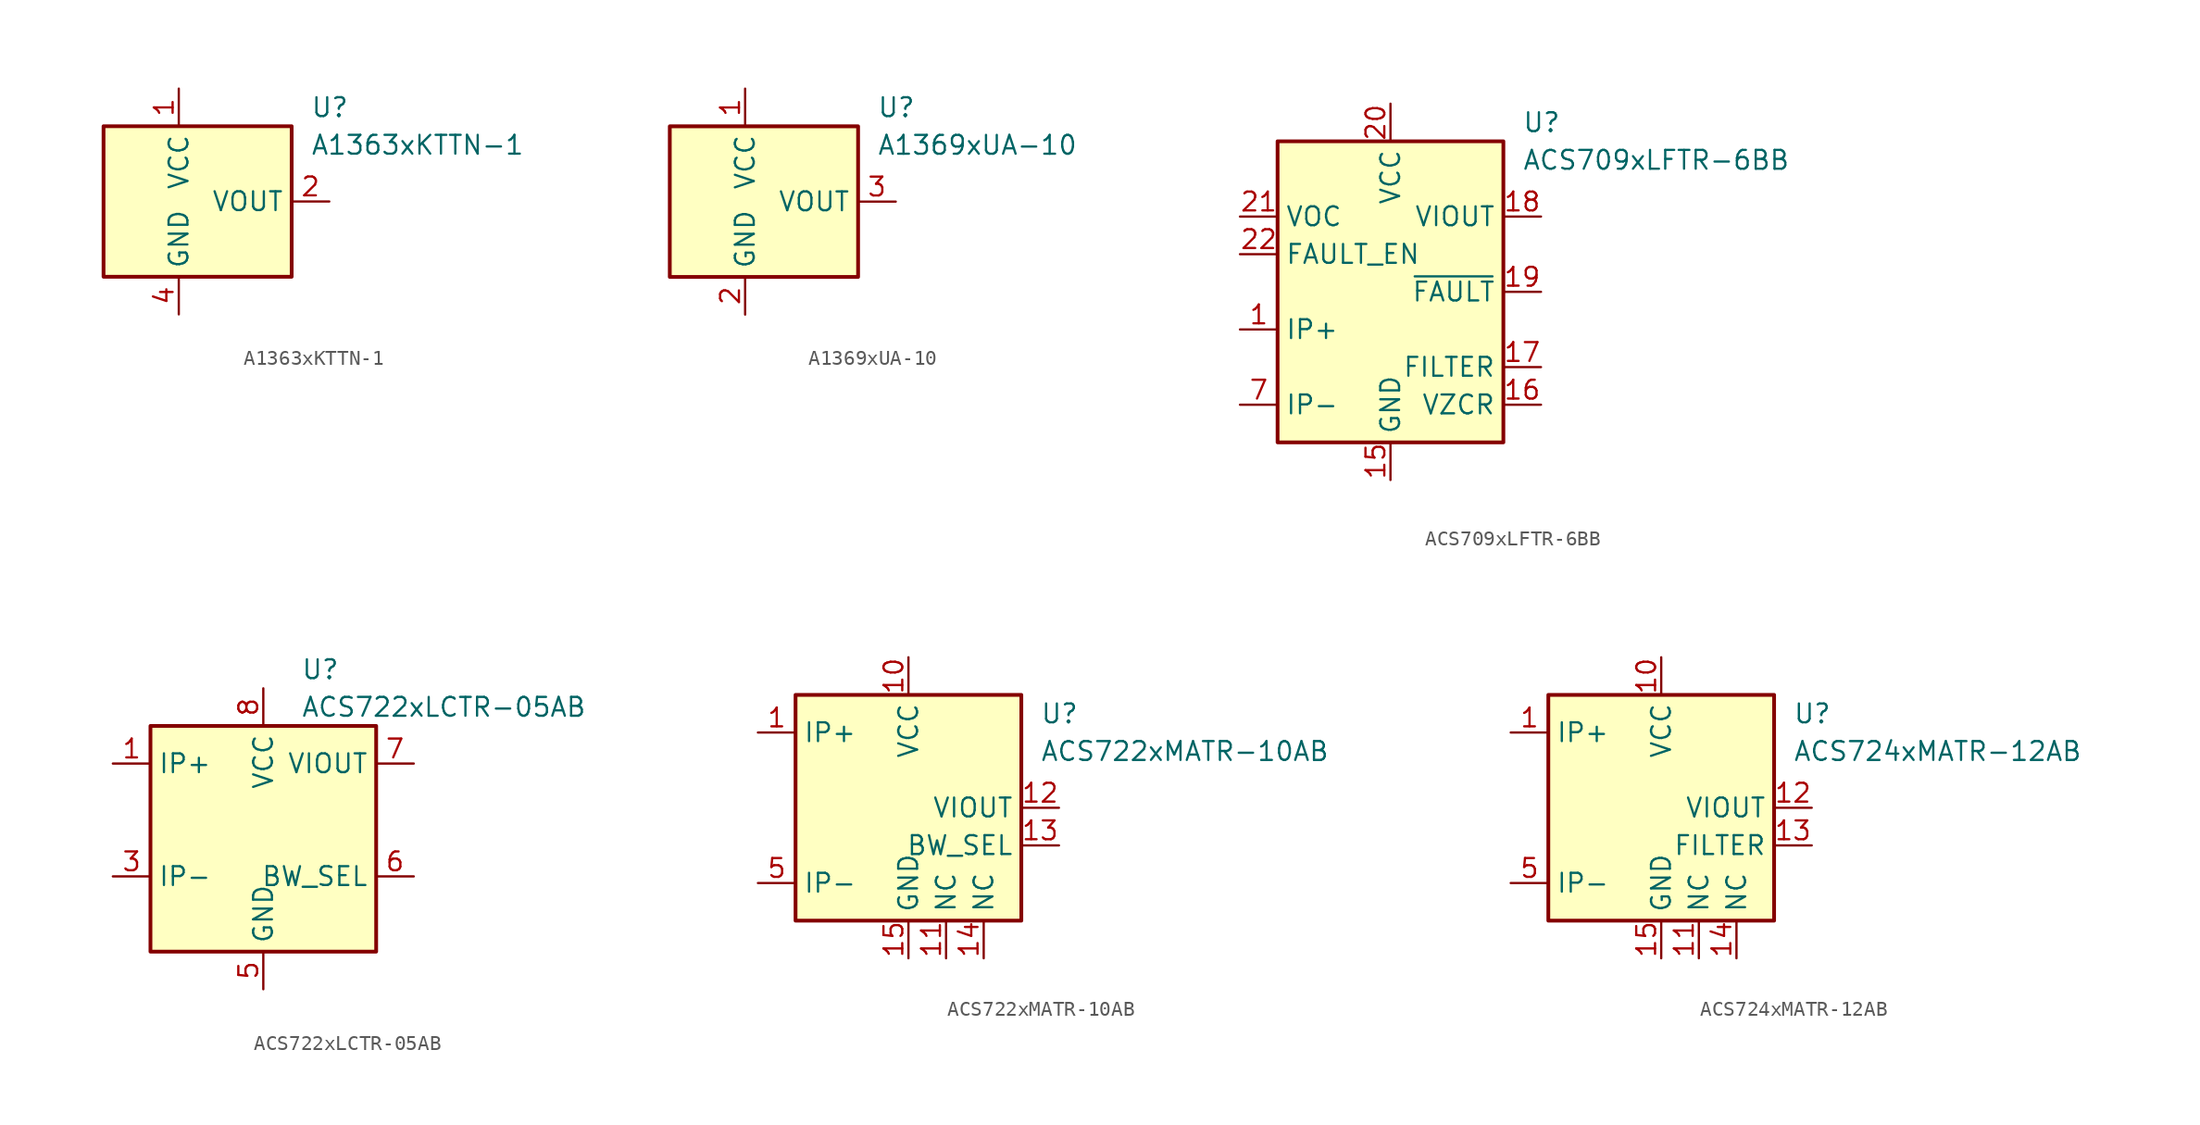
<source format=kicad_sym>
(kicad_symbol_lib
  (version 20211014)
  (generator kicad_symbol_editor)
  (symbol "A1363xKTTN-1"
    (property "Reference" "U"
      (at 8.89 6.35 0)
      (effects (font (size 1.27 1.27)) (justify left)))
    (property "Value" "A1363xKTTN-1"
      (at 8.89 3.81 0)
      (effects (font (size 1.27 1.27)) (justify left)))
    (symbol "A1363xKTTN-1_0_1"
      (rectangle (start -5.08 5.08) (end 7.62 -5.08) (stroke (width 0.254) (type default) (color 0 0 0 0)) (fill (type background))))
    (symbol "A1363xKTTN-1_1_1"
      (pin power_in line (at 0 7.62 270) (length 2.54) (name "VCC" (effects (font (size 1.27 1.27)))) (number "1" (effects (font (size 1.27 1.27)))))
      (pin output line (at 10.16 0 180) (length 2.54) (name "VOUT" (effects (font (size 1.27 1.27)))) (number "2" (effects (font (size 1.27 1.27)))))
      (pin no_connect line (at 7.62 -2.54 180) (length 2.54) hide (name "NC" (effects (font (size 1.27 1.27)))) (number "3" (effects (font (size 1.27 1.27)))))
      (pin power_in line (at 0 -7.62 90) (length 2.54) (name "GND" (effects (font (size 1.27 1.27)))) (number "4" (effects (font (size 1.27 1.27)))))))
  (symbol "A1369xUA-10"
    (property "Reference" "U"
      (at 8.89 6.35 0)
      (effects (font (size 1.27 1.27)) (justify left)))
    (property "Value" "A1369xUA-10"
      (at 8.89 3.81 0)
      (effects (font (size 1.27 1.27)) (justify left)))
    (symbol "A1369xUA-10_0_1"
      (rectangle (start -5.08 5.08) (end 7.62 -5.08) (stroke (width 0.254) (type default) (color 0 0 0 0)) (fill (type background))))
    (symbol "A1369xUA-10_1_1"
      (pin power_in line (at 0 7.62 270) (length 2.54) (name "VCC" (effects (font (size 1.27 1.27)))) (number "1" (effects (font (size 1.27 1.27)))))
      (pin power_in line (at 0 -7.62 90) (length 2.54) (name "GND" (effects (font (size 1.27 1.27)))) (number "2" (effects (font (size 1.27 1.27)))))
      (pin output line (at 10.16 0 180) (length 2.54) (name "VOUT" (effects (font (size 1.27 1.27)))) (number "3" (effects (font (size 1.27 1.27)))))))
  (symbol "ACS709xLFTR-6BB"
    (property "Reference" "U"
      (at 8.89 11.43 0)
      (effects (font (size 1.27 1.27)) (justify left)))
    (property "Value" "ACS709xLFTR-6BB"
      (at 8.89 8.89 0)
      (effects (font (size 1.27 1.27)) (justify left)))
    (symbol "ACS709xLFTR-6BB_0_1"
      (rectangle (start -7.62 10.16) (end 7.62 -10.16) (stroke (width 0.254) (type default) (color 0 0 0 0)) (fill (type background))))
    (symbol "ACS709xLFTR-6BB_1_1"
      (pin passive line (at -10.16 -2.54 0) (length 2.54) (name "IP+" (effects (font (size 1.27 1.27)))) (number "1" (effects (font (size 1.27 1.27)))))
      (pin passive line (at -10.16 -7.62 0) (length 2.54) hide (name "IP-" (effects (font (size 1.27 1.27)))) (number "10" (effects (font (size 1.27 1.27)))))
      (pin passive line (at -10.16 -7.62 0) (length 2.54) hide (name "IP-" (effects (font (size 1.27 1.27)))) (number "11" (effects (font (size 1.27 1.27)))))
      (pin passive line (at -10.16 -7.62 0) (length 2.54) hide (name "IP-" (effects (font (size 1.27 1.27)))) (number "12" (effects (font (size 1.27 1.27)))))
      (pin no_connect line (at -7.62 10.16 0) (length 2.54) hide (name "NC" (effects (font (size 1.27 1.27)))) (number "13" (effects (font (size 1.27 1.27)))))
      (pin no_connect line (at -7.62 7.62 0) (length 2.54) hide (name "NC" (effects (font (size 1.27 1.27)))) (number "14" (effects (font (size 1.27 1.27)))))
      (pin power_in line (at 0 -12.7 90) (length 2.54) (name "GND" (effects (font (size 1.27 1.27)))) (number "15" (effects (font (size 1.27 1.27)))))
      (pin passive line (at 10.16 -7.62 180) (length 2.54) (name "VZCR" (effects (font (size 1.27 1.27)))) (number "16" (effects (font (size 1.27 1.27)))))
      (pin passive line (at 10.16 -5.08 180) (length 2.54) (name "FILTER" (effects (font (size 1.27 1.27)))) (number "17" (effects (font (size 1.27 1.27)))))
      (pin output line (at 10.16 5.08 180) (length 2.54) (name "VIOUT" (effects (font (size 1.27 1.27)))) (number "18" (effects (font (size 1.27 1.27)))))
      (pin output line (at 10.16 0 180) (length 2.54) (name "~{FAULT}" (effects (font (size 1.27 1.27)))) (number "19" (effects (font (size 1.27 1.27)))))
      (pin passive line (at -10.16 -2.54 0) (length 2.54) hide (name "IP+" (effects (font (size 1.27 1.27)))) (number "2" (effects (font (size 1.27 1.27)))))
      (pin power_in line (at 0 12.7 270) (length 2.54) (name "VCC" (effects (font (size 1.27 1.27)))) (number "20" (effects (font (size 1.27 1.27)))))
      (pin input line (at -10.16 5.08 0) (length 2.54) (name "VOC" (effects (font (size 1.27 1.27)))) (number "21" (effects (font (size 1.27 1.27)))))
      (pin input line (at -10.16 2.54 0) (length 2.54) (name "FAULT_EN" (effects (font (size 1.27 1.27)))) (number "22" (effects (font (size 1.27 1.27)))))
      (pin no_connect line (at -7.62 0 0) (length 2.54) hide (name "NC" (effects (font (size 1.27 1.27)))) (number "23" (effects (font (size 1.27 1.27)))))
      (pin no_connect line (at -7.62 -5.08 0) (length 2.54) hide (name "NC" (effects (font (size 1.27 1.27)))) (number "24" (effects (font (size 1.27 1.27)))))
      (pin passive line (at -10.16 -2.54 0) (length 2.54) hide (name "IP+" (effects (font (size 1.27 1.27)))) (number "3" (effects (font (size 1.27 1.27)))))
      (pin passive line (at -10.16 -2.54 0) (length 2.54) hide (name "IP+" (effects (font (size 1.27 1.27)))) (number "4" (effects (font (size 1.27 1.27)))))
      (pin passive line (at -10.16 -2.54 0) (length 2.54) hide (name "IP+" (effects (font (size 1.27 1.27)))) (number "5" (effects (font (size 1.27 1.27)))))
      (pin passive line (at -10.16 -2.54 0) (length 2.54) hide (name "IP+" (effects (font (size 1.27 1.27)))) (number "6" (effects (font (size 1.27 1.27)))))
      (pin passive line (at -10.16 -7.62 0) (length 2.54) (name "IP-" (effects (font (size 1.27 1.27)))) (number "7" (effects (font (size 1.27 1.27)))))
      (pin passive line (at -10.16 -7.62 0) (length 2.54) hide (name "IP-" (effects (font (size 1.27 1.27)))) (number "8" (effects (font (size 1.27 1.27)))))
      (pin passive line (at -10.16 -7.62 0) (length 2.54) hide (name "IP-" (effects (font (size 1.27 1.27)))) (number "9" (effects (font (size 1.27 1.27)))))))
  (symbol "ACS722xLCTR-05AB"
    (property "Reference" "U"
      (at 2.54 11.43 0)
      (effects (font (size 1.27 1.27)) (justify left)))
    (property "Value" "ACS722xLCTR-05AB"
      (at 2.54 8.89 0)
      (effects (font (size 1.27 1.27)) (justify left)))
    (symbol "ACS722xLCTR-05AB_0_1"
      (rectangle (start -7.62 7.62) (end 7.62 -7.62) (stroke (width 0.254) (type default) (color 0 0 0 0)) (fill (type background))))
    (symbol "ACS722xLCTR-05AB_1_1"
      (pin passive line (at -10.16 5.08 0) (length 2.54) (name "IP+" (effects (font (size 1.27 1.27)))) (number "1" (effects (font (size 1.27 1.27)))))
      (pin passive line (at -10.16 5.08 0) (length 2.54) hide (name "IP+" (effects (font (size 1.27 1.27)))) (number "2" (effects (font (size 1.27 1.27)))))
      (pin passive line (at -10.16 -2.54 0) (length 2.54) (name "IP-" (effects (font (size 1.27 1.27)))) (number "3" (effects (font (size 1.27 1.27)))))
      (pin passive line (at -10.16 -2.54 0) (length 2.54) hide (name "IP-" (effects (font (size 1.27 1.27)))) (number "4" (effects (font (size 1.27 1.27)))))
      (pin power_in line (at 0 -10.16 90) (length 2.54) (name "GND" (effects (font (size 1.27 1.27)))) (number "5" (effects (font (size 1.27 1.27)))))
      (pin input line (at 10.16 -2.54 180) (length 2.54) (name "BW_SEL" (effects (font (size 1.27 1.27)))) (number "6" (effects (font (size 1.27 1.27)))))
      (pin output line (at 10.16 5.08 180) (length 2.54) (name "VIOUT" (effects (font (size 1.27 1.27)))) (number "7" (effects (font (size 1.27 1.27)))))
      (pin power_in line (at 0 10.16 270) (length 2.54) (name "VCC" (effects (font (size 1.27 1.27)))) (number "8" (effects (font (size 1.27 1.27)))))))
  (symbol "ACS722xMATR-10AB"
    (property "Reference" "U"
      (at 8.89 6.35 0)
      (effects (font (size 1.27 1.27)) (justify left)))
    (property "Value" "ACS722xMATR-10AB"
      (at 8.89 3.81 0)
      (effects (font (size 1.27 1.27)) (justify left)))
    (symbol "ACS722xMATR-10AB_0_1"
      (rectangle (start -7.62 7.62) (end 7.62 -7.62) (stroke (width 0.254) (type default) (color 0 0 0 0)) (fill (type background))))
    (symbol "ACS722xMATR-10AB_1_1"
      (pin passive line (at -10.16 5.08 0) (length 2.54) (name "IP+" (effects (font (size 1.27 1.27)))) (number "1" (effects (font (size 1.27 1.27)))))
      (pin power_in line (at 0 10.16 270) (length 2.54) (name "VCC" (effects (font (size 1.27 1.27)))) (number "10" (effects (font (size 1.27 1.27)))))
      (pin passive line (at 2.54 -10.16 90) (length 2.54) (name "NC" (effects (font (size 1.27 1.27)))) (number "11" (effects (font (size 1.27 1.27)))))
      (pin output line (at 10.16 0 180) (length 2.54) (name "VIOUT" (effects (font (size 1.27 1.27)))) (number "12" (effects (font (size 1.27 1.27)))))
      (pin input line (at 10.16 -2.54 180) (length 2.54) (name "BW_SEL" (effects (font (size 1.27 1.27)))) (number "13" (effects (font (size 1.27 1.27)))))
      (pin passive line (at 5.08 -10.16 90) (length 2.54) (name "NC" (effects (font (size 1.27 1.27)))) (number "14" (effects (font (size 1.27 1.27)))))
      (pin power_in line (at 0 -10.16 90) (length 2.54) (name "GND" (effects (font (size 1.27 1.27)))) (number "15" (effects (font (size 1.27 1.27)))))
      (pin no_connect line (at 7.62 2.54 180) (length 2.54) hide (name "NC" (effects (font (size 1.27 1.27)))) (number "16" (effects (font (size 1.27 1.27)))))
      (pin passive line (at -10.16 5.08 0) (length 2.54) hide (name "IP+" (effects (font (size 1.27 1.27)))) (number "2" (effects (font (size 1.27 1.27)))))
      (pin passive line (at -10.16 5.08 0) (length 2.54) hide (name "IP+" (effects (font (size 1.27 1.27)))) (number "3" (effects (font (size 1.27 1.27)))))
      (pin passive line (at -10.16 5.08 0) (length 2.54) hide (name "IP+" (effects (font (size 1.27 1.27)))) (number "4" (effects (font (size 1.27 1.27)))))
      (pin passive line (at -10.16 -5.08 0) (length 2.54) (name "IP-" (effects (font (size 1.27 1.27)))) (number "5" (effects (font (size 1.27 1.27)))))
      (pin passive line (at -10.16 -5.08 0) (length 2.54) hide (name "IP-" (effects (font (size 1.27 1.27)))) (number "6" (effects (font (size 1.27 1.27)))))
      (pin passive line (at -10.16 -5.08 0) (length 2.54) hide (name "IP-" (effects (font (size 1.27 1.27)))) (number "7" (effects (font (size 1.27 1.27)))))
      (pin passive line (at -10.16 -5.08 0) (length 2.54) hide (name "IP-" (effects (font (size 1.27 1.27)))) (number "8" (effects (font (size 1.27 1.27)))))
      (pin no_connect line (at 7.62 5.08 180) (length 2.54) hide (name "NC" (effects (font (size 1.27 1.27)))) (number "9" (effects (font (size 1.27 1.27)))))))
  (symbol "ACS724xMATR-12AB"
    (property "Reference" "U"
      (at 8.89 6.35 0)
      (effects (font (size 1.27 1.27)) (justify left)))
    (property "Value" "ACS724xMATR-12AB"
      (at 8.89 3.81 0)
      (effects (font (size 1.27 1.27)) (justify left)))
    (symbol "ACS724xMATR-12AB_0_1"
      (rectangle (start -7.62 7.62) (end 7.62 -7.62) (stroke (width 0.254) (type default) (color 0 0 0 0)) (fill (type background))))
    (symbol "ACS724xMATR-12AB_1_1"
      (pin passive line (at -10.16 5.08 0) (length 2.54) (name "IP+" (effects (font (size 1.27 1.27)))) (number "1" (effects (font (size 1.27 1.27)))))
      (pin power_in line (at 0 10.16 270) (length 2.54) (name "VCC" (effects (font (size 1.27 1.27)))) (number "10" (effects (font (size 1.27 1.27)))))
      (pin passive line (at 2.54 -10.16 90) (length 2.54) (name "NC" (effects (font (size 1.27 1.27)))) (number "11" (effects (font (size 1.27 1.27)))))
      (pin output line (at 10.16 0 180) (length 2.54) (name "VIOUT" (effects (font (size 1.27 1.27)))) (number "12" (effects (font (size 1.27 1.27)))))
      (pin passive line (at 10.16 -2.54 180) (length 2.54) (name "FILTER" (effects (font (size 1.27 1.27)))) (number "13" (effects (font (size 1.27 1.27)))))
      (pin passive line (at 5.08 -10.16 90) (length 2.54) (name "NC" (effects (font (size 1.27 1.27)))) (number "14" (effects (font (size 1.27 1.27)))))
      (pin power_in line (at 0 -10.16 90) (length 2.54) (name "GND" (effects (font (size 1.27 1.27)))) (number "15" (effects (font (size 1.27 1.27)))))
      (pin no_connect line (at 7.62 2.54 180) (length 2.54) hide (name "NC" (effects (font (size 1.27 1.27)))) (number "16" (effects (font (size 1.27 1.27)))))
      (pin passive line (at -10.16 5.08 0) (length 2.54) hide (name "IP+" (effects (font (size 1.27 1.27)))) (number "2" (effects (font (size 1.27 1.27)))))
      (pin passive line (at -10.16 5.08 0) (length 2.54) hide (name "IP+" (effects (font (size 1.27 1.27)))) (number "3" (effects (font (size 1.27 1.27)))))
      (pin passive line (at -10.16 5.08 0) (length 2.54) hide (name "IP+" (effects (font (size 1.27 1.27)))) (number "4" (effects (font (size 1.27 1.27)))))
      (pin passive line (at -10.16 -5.08 0) (length 2.54) (name "IP-" (effects (font (size 1.27 1.27)))) (number "5" (effects (font (size 1.27 1.27)))))
      (pin passive line (at -10.16 -5.08 0) (length 2.54) hide (name "IP-" (effects (font (size 1.27 1.27)))) (number "6" (effects (font (size 1.27 1.27)))))
      (pin passive line (at -10.16 -5.08 0) (length 2.54) hide (name "IP-" (effects (font (size 1.27 1.27)))) (number "7" (effects (font (size 1.27 1.27)))))
      (pin passive line (at -10.16 -5.08 0) (length 2.54) hide (name "IP-" (effects (font (size 1.27 1.27)))) (number "8" (effects (font (size 1.27 1.27)))))
      (pin no_connect line (at 7.62 5.08 180) (length 2.54) hide (name "NC" (effects (font (size 1.27 1.27)))) (number "9" (effects (font (size 1.27 1.27))))))))
</source>
